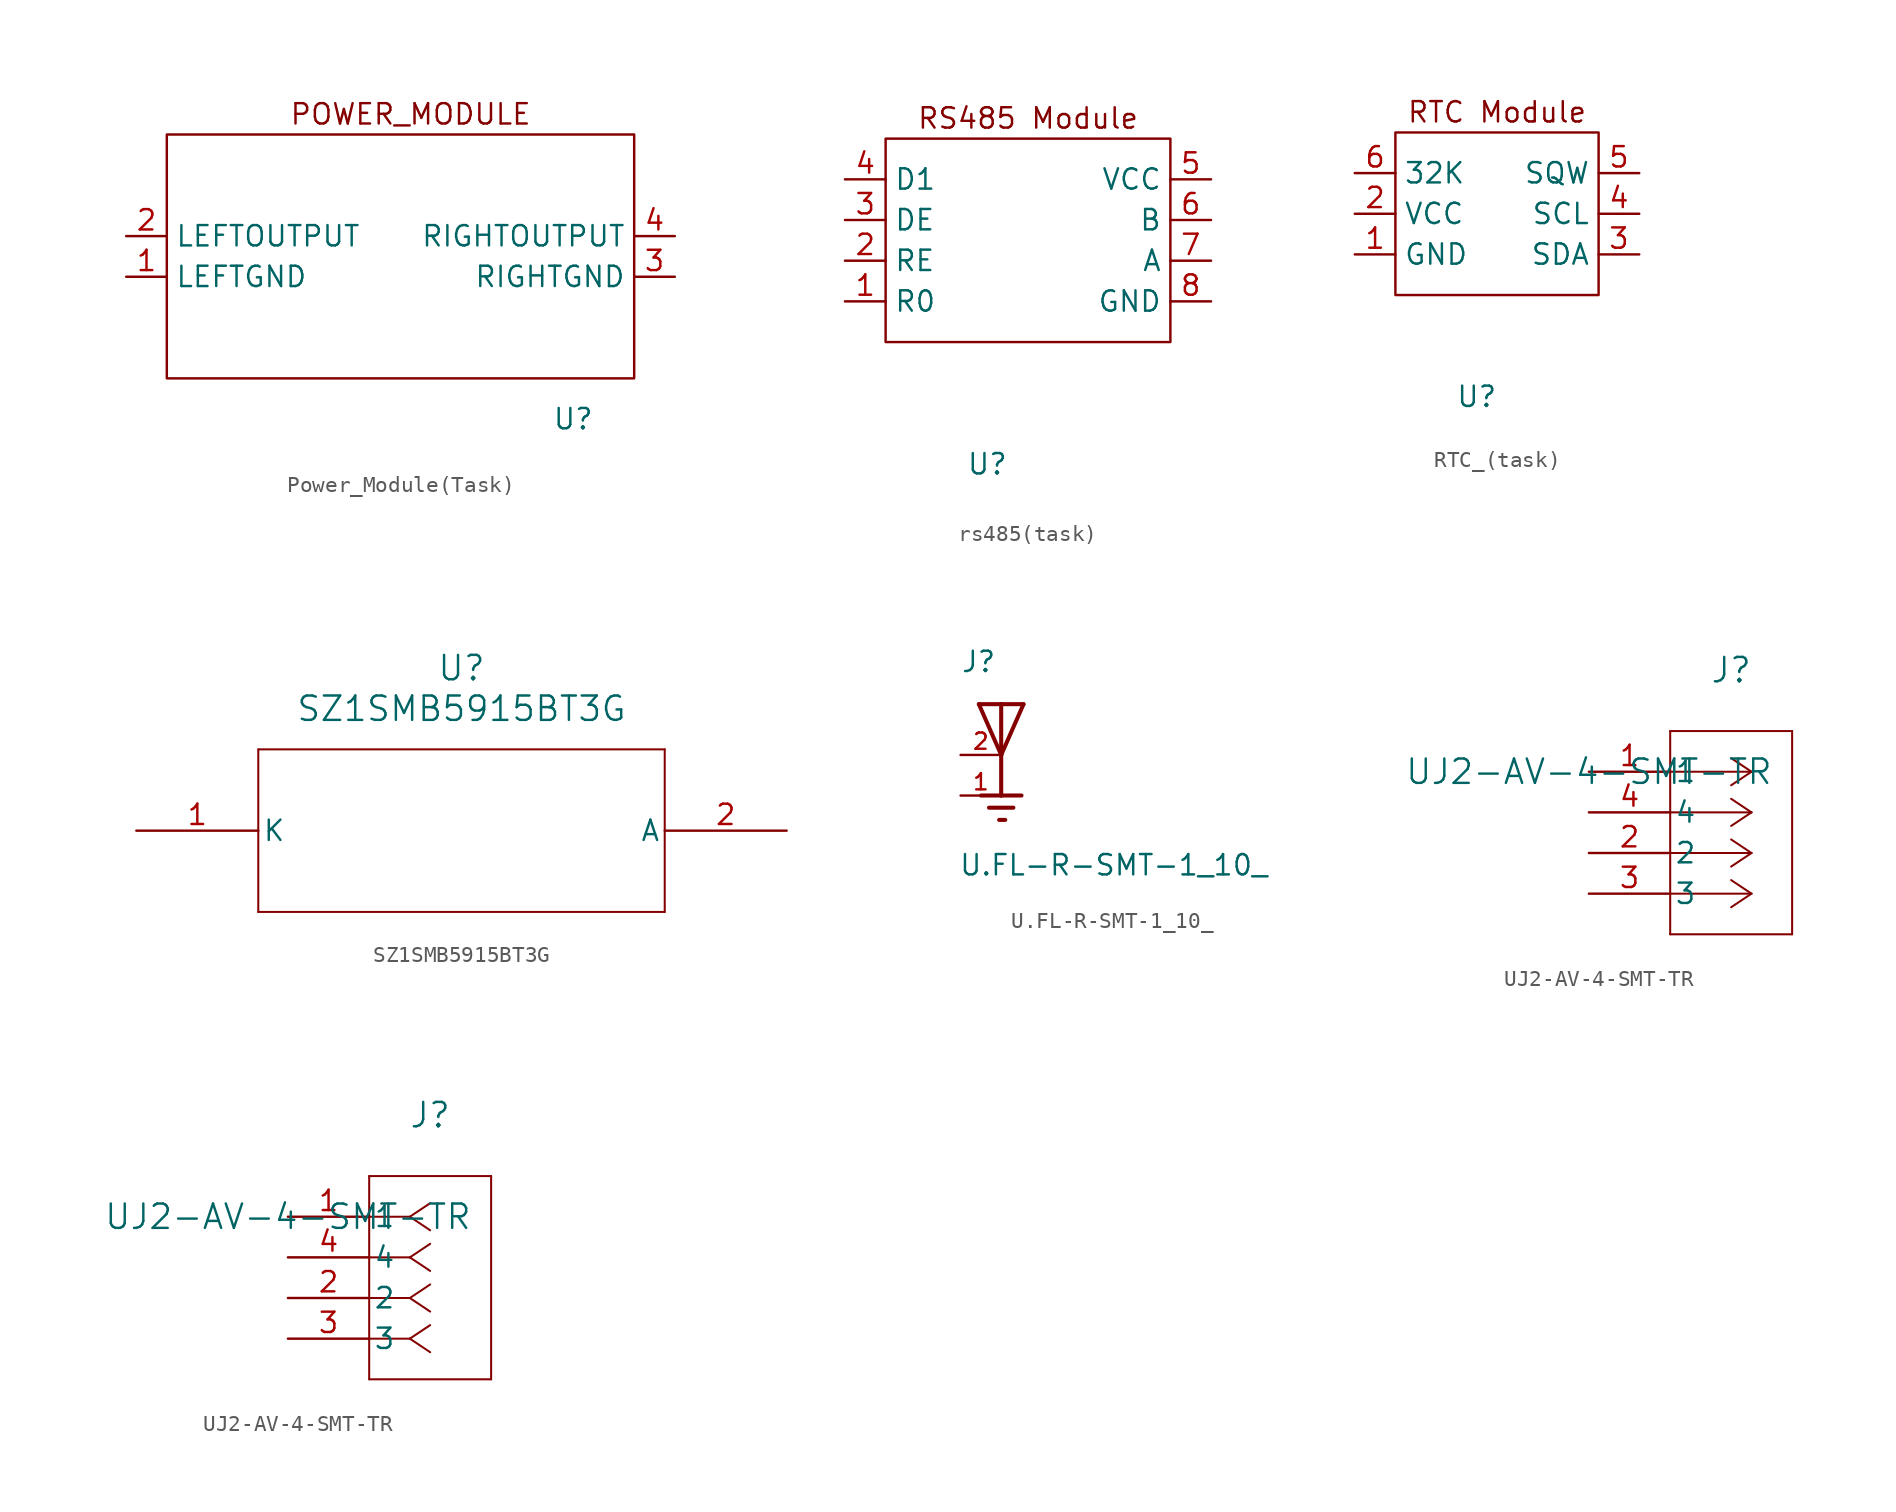
<source format=kicad_sym>
(kicad_symbol_lib
  (version 20220914)
  (generator kicad_symbol_editor)
  (symbol "Power_Module(Task)"
    (property "Reference" "U"
      (at 0 0 0)
      (effects (font (size 1.27 1.27))))
    (property "Value" ""
      (at 0 0 0)
      (effects (font (size 1.27 1.27))))
    (symbol "Power_Module(Task)_0_1"
      (rectangle (start -25.4 17.78) (end 3.81 2.54) (stroke (width 0) (type default)) (fill (type none))))
    (symbol "Power_Module(Task)_1_1"
      (text "POWER_MODULE" (at -10.16 19.05 0) (effects (font (size 1.27 1.27))))
      (pin output line (at -27.94 8.89 0) (length 2.54) (name "LEFTGND" (effects (font (size 1.27 1.27)))) (number "1" (effects (font (size 1.27 1.27)))))
      (pin output line (at -27.94 11.43 0) (length 2.54) (name "LEFTOUTPUT" (effects (font (size 1.27 1.27)))) (number "2" (effects (font (size 1.27 1.27)))))
      (pin output line (at 6.35 8.89 180) (length 2.54) (name "RIGHTGND" (effects (font (size 1.27 1.27)))) (number "3" (effects (font (size 1.27 1.27)))))
      (pin output line (at 6.35 11.43 180) (length 2.54) (name "RIGHTOUTPUT" (effects (font (size 1.27 1.27)))) (number "4" (effects (font (size 1.27 1.27)))))))
  (symbol "rs485(task)"
    (property "Reference" "U"
      (at 0 0 0)
      (effects (font (size 1.27 1.27))))
    (property "Value" ""
      (at 0 0 0)
      (effects (font (size 1.27 1.27))))
    (symbol "rs485(task)_0_1"
      (rectangle (start -6.35 20.32) (end 11.43 7.62) (stroke (width 0) (type default)) (fill (type none))))
    (symbol "rs485(task)_1_1"
      (text "RS485 Module" (at 2.54 21.59 0) (effects (font (size 1.27 1.27))))
      (pin output line (at -8.89 10.16 0) (length 2.54) (name "R0" (effects (font (size 1.27 1.27)))) (number "1" (effects (font (size 1.27 1.27)))))
      (pin input line (at -8.89 12.7 0) (length 2.54) (name "RE" (effects (font (size 1.27 1.27)))) (number "2" (effects (font (size 1.27 1.27)))))
      (pin input line (at -8.89 15.24 0) (length 2.54) (name "DE" (effects (font (size 1.27 1.27)))) (number "3" (effects (font (size 1.27 1.27)))))
      (pin input line (at -8.89 17.78 0) (length 2.54) (name "D1" (effects (font (size 1.27 1.27)))) (number "4" (effects (font (size 1.27 1.27)))))
      (pin input line (at 13.97 17.78 180) (length 2.54) (name "VCC" (effects (font (size 1.27 1.27)))) (number "5" (effects (font (size 1.27 1.27)))))
      (pin bidirectional line (at 13.97 15.24 180) (length 2.54) (name "B" (effects (font (size 1.27 1.27)))) (number "6" (effects (font (size 1.27 1.27)))))
      (pin bidirectional line (at 13.97 12.7 180) (length 2.54) (name "A" (effects (font (size 1.27 1.27)))) (number "7" (effects (font (size 1.27 1.27)))))
      (pin input line (at 13.97 10.16 180) (length 2.54) (name "GND" (effects (font (size 1.27 1.27)))) (number "8" (effects (font (size 1.27 1.27)))))))
  (symbol "RTC_(task)"
    (property "Reference" "U"
      (at 0 0 0)
      (effects (font (size 1.27 1.27))))
    (property "Value" ""
      (at 0 0 0)
      (effects (font (size 1.27 1.27))))
    (symbol "RTC_(task)_0_1"
      (rectangle (start -5.08 16.51) (end 7.62 6.35) (stroke (width 0) (type default)) (fill (type none))))
    (symbol "RTC_(task)_1_1"
      (text "RTC Module" (at 1.27 17.78 0) (effects (font (size 1.27 1.27))))
      (pin input line (at -7.62 8.89 0) (length 2.54) (name "GND" (effects (font (size 1.27 1.27)))) (number "1" (effects (font (size 1.27 1.27)))))
      (pin input line (at -7.62 11.43 0) (length 2.54) (name "VCC" (effects (font (size 1.27 1.27)))) (number "2" (effects (font (size 1.27 1.27)))))
      (pin input line (at 10.16 8.89 180) (length 2.54) (name "SDA" (effects (font (size 1.27 1.27)))) (number "3" (effects (font (size 1.27 1.27)))))
      (pin input line (at 10.16 11.43 180) (length 2.54) (name "SCL" (effects (font (size 1.27 1.27)))) (number "4" (effects (font (size 1.27 1.27)))))
      (pin output line (at 10.16 13.97 180) (length 2.54) (name "SQW" (effects (font (size 1.27 1.27)))) (number "5" (effects (font (size 1.27 1.27)))))
      (pin output line (at -7.62 13.97 0) (length 2.54) (name "32K" (effects (font (size 1.27 1.27)))) (number "6" (effects (font (size 1.27 1.27)))))))
  (symbol "SZ1SMB5915BT3G"
    (pin_names
      (offset 0.254))
    (property "Reference" "U"
      (at 20.32 10.16 0)
      (effects (font (size 1.524 1.524))))
    (property "Value" "SZ1SMB5915BT3G"
      (at 20.32 7.62 0)
      (effects (font (size 1.524 1.524))))
    (property "ki_locked" ""
      (at 0 0 0)
      (effects (font (size 1.27 1.27))))
    (symbol "SZ1SMB5915BT3G_0_1"
      (polyline (pts (xy 7.62 -5.08) (xy 33.02 -5.08)) (stroke (width 0.127) (type default)) (fill (type none)))
      (polyline (pts (xy 7.62 5.08) (xy 7.62 -5.08)) (stroke (width 0.127) (type default)) (fill (type none)))
      (polyline (pts (xy 33.02 -5.08) (xy 33.02 5.08)) (stroke (width 0.127) (type default)) (fill (type none)))
      (polyline (pts (xy 33.02 5.08) (xy 7.62 5.08)) (stroke (width 0.127) (type default)) (fill (type none)))
      (pin unspecified line (at 0 0 0) (length 7.62) (name "K" (effects (font (size 1.27 1.27)))) (number "1" (effects (font (size 1.27 1.27)))))
      (pin unspecified line (at 40.64 0 180) (length 7.62) (name "A" (effects (font (size 1.27 1.27)))) (number "2" (effects (font (size 1.27 1.27)))))))
  (symbol "U.FL-R-SMT-1_10_"
    (pin_names
      (offset 1.016))
    (property "Reference" "J"
      (at -2.541 5.087 0)
      (effects (font (size 1.27 1.27)) (justify left bottom)))
    (property "Value" "U.FL-R-SMT-1_10_"
      (at -2.668 -7.635 0)
      (effects (font (size 1.27 1.27)) (justify left bottom)))
    (symbol "U.FL-R-SMT-1_10__0_0"
      (polyline (pts (xy -1.397 3.175) (xy 0 3.175)) (stroke (width 0.254) (type default)) (fill (type none)))
      (polyline (pts (xy -0.762 -3.302) (xy 0.762 -3.302)) (stroke (width 0.254) (type default)) (fill (type none)))
      (polyline (pts (xy -0.127 -4.064) (xy 0.254 -4.064)) (stroke (width 0.254) (type default)) (fill (type none)))
      (polyline (pts (xy 0 -2.54) (xy -1.27 -2.54)) (stroke (width 0.254) (type default)) (fill (type none)))
      (polyline (pts (xy 0 -2.54) (xy 1.27 -2.54)) (stroke (width 0.254) (type default)) (fill (type none)))
      (polyline (pts (xy 0 0) (xy -1.397 3.175)) (stroke (width 0.254) (type default)) (fill (type none)))
      (polyline (pts (xy 0 0) (xy 0 -2.54)) (stroke (width 0.254) (type default)) (fill (type none)))
      (polyline (pts (xy 0 3.175) (xy 0 0)) (stroke (width 0.254) (type default)) (fill (type none)))
      (polyline (pts (xy 0 3.175) (xy 1.397 3.175)) (stroke (width 0.254) (type default)) (fill (type none)))
      (polyline (pts (xy 1.397 3.175) (xy 0 0)) (stroke (width 0.254) (type default)) (fill (type none)))
      (pin passive line (at -2.54 -2.54 0) (length 2.54) (name "~" (effects (font (size 1.016 1.016)))) (number "1" (effects (font (size 1.016 1.016)))))
      (pin passive line (at -2.54 0 0) (length 2.54) (name "~" (effects (font (size 1.016 1.016)))) (number "2" (effects (font (size 1.016 1.016)))))))
  (symbol "UJ2-AV-4-SMT-TR"
    (pin_names
      (offset 0.254))
    (property "Reference" "J"
      (at 8.89 6.35 0)
      (effects (font (size 1.524 1.524))))
    (property "Value" "UJ2-AV-4-SMT-TR"
      (at 0 0 0)
      (effects (font (size 1.524 1.524))))
    (property "ki_locked" ""
      (at 0 0 0)
      (effects (font (size 1.27 1.27))))
    (symbol "UJ2-AV-4-SMT-TR_1_1"
      (polyline (pts (xy 5.08 -10.16) (xy 12.7 -10.16)) (stroke (width 0.127) (type default)) (fill (type none)))
      (polyline (pts (xy 5.08 2.54) (xy 5.08 -10.16)) (stroke (width 0.127) (type default)) (fill (type none)))
      (polyline (pts (xy 10.16 -7.62) (xy 5.08 -7.62)) (stroke (width 0.127) (type default)) (fill (type none)))
      (polyline (pts (xy 10.16 -7.62) (xy 8.89 -8.467)) (stroke (width 0.127) (type default)) (fill (type none)))
      (polyline (pts (xy 10.16 -7.62) (xy 8.89 -6.773)) (stroke (width 0.127) (type default)) (fill (type none)))
      (polyline (pts (xy 10.16 -5.08) (xy 5.08 -5.08)) (stroke (width 0.127) (type default)) (fill (type none)))
      (polyline (pts (xy 10.16 -5.08) (xy 8.89 -5.927)) (stroke (width 0.127) (type default)) (fill (type none)))
      (polyline (pts (xy 10.16 -5.08) (xy 8.89 -4.233)) (stroke (width 0.127) (type default)) (fill (type none)))
      (polyline (pts (xy 10.16 -2.54) (xy 5.08 -2.54)) (stroke (width 0.127) (type default)) (fill (type none)))
      (polyline (pts (xy 10.16 -2.54) (xy 8.89 -3.387)) (stroke (width 0.127) (type default)) (fill (type none)))
      (polyline (pts (xy 10.16 -2.54) (xy 8.89 -1.693)) (stroke (width 0.127) (type default)) (fill (type none)))
      (polyline (pts (xy 10.16 0) (xy 5.08 0)) (stroke (width 0.127) (type default)) (fill (type none)))
      (polyline (pts (xy 10.16 0) (xy 8.89 -0.847)) (stroke (width 0.127) (type default)) (fill (type none)))
      (polyline (pts (xy 10.16 0) (xy 8.89 0.847)) (stroke (width 0.127) (type default)) (fill (type none)))
      (polyline (pts (xy 12.7 -10.16) (xy 12.7 2.54)) (stroke (width 0.127) (type default)) (fill (type none)))
      (polyline (pts (xy 12.7 2.54) (xy 5.08 2.54)) (stroke (width 0.127) (type default)) (fill (type none)))
      (pin unspecified line (at 0 0 0) (length 5.08) (name "1" (effects (font (size 1.27 1.27)))) (number "1" (effects (font (size 1.27 1.27)))))
      (pin unspecified line (at 0 -5.08 0) (length 5.08) (name "2" (effects (font (size 1.27 1.27)))) (number "2" (effects (font (size 1.27 1.27)))))
      (pin unspecified line (at 0 -7.62 0) (length 5.08) (name "3" (effects (font (size 1.27 1.27)))) (number "3" (effects (font (size 1.27 1.27)))))
      (pin unspecified line (at 0 -2.54 0) (length 5.08) (name "4" (effects (font (size 1.27 1.27)))) (number "4" (effects (font (size 1.27 1.27))))))
    (symbol "UJ2-AV-4-SMT-TR_1_2"
      (polyline (pts (xy 5.08 -10.16) (xy 12.7 -10.16)) (stroke (width 0.127) (type default)) (fill (type none)))
      (polyline (pts (xy 5.08 2.54) (xy 5.08 -10.16)) (stroke (width 0.127) (type default)) (fill (type none)))
      (polyline (pts (xy 7.62 -7.62) (xy 5.08 -7.62)) (stroke (width 0.127) (type default)) (fill (type none)))
      (polyline (pts (xy 7.62 -7.62) (xy 8.89 -8.467)) (stroke (width 0.127) (type default)) (fill (type none)))
      (polyline (pts (xy 7.62 -7.62) (xy 8.89 -6.773)) (stroke (width 0.127) (type default)) (fill (type none)))
      (polyline (pts (xy 7.62 -5.08) (xy 5.08 -5.08)) (stroke (width 0.127) (type default)) (fill (type none)))
      (polyline (pts (xy 7.62 -5.08) (xy 8.89 -5.927)) (stroke (width 0.127) (type default)) (fill (type none)))
      (polyline (pts (xy 7.62 -5.08) (xy 8.89 -4.233)) (stroke (width 0.127) (type default)) (fill (type none)))
      (polyline (pts (xy 7.62 -2.54) (xy 5.08 -2.54)) (stroke (width 0.127) (type default)) (fill (type none)))
      (polyline (pts (xy 7.62 -2.54) (xy 8.89 -3.387)) (stroke (width 0.127) (type default)) (fill (type none)))
      (polyline (pts (xy 7.62 -2.54) (xy 8.89 -1.693)) (stroke (width 0.127) (type default)) (fill (type none)))
      (polyline (pts (xy 7.62 0) (xy 5.08 0)) (stroke (width 0.127) (type default)) (fill (type none)))
      (polyline (pts (xy 7.62 0) (xy 8.89 -0.847)) (stroke (width 0.127) (type default)) (fill (type none)))
      (polyline (pts (xy 7.62 0) (xy 8.89 0.847)) (stroke (width 0.127) (type default)) (fill (type none)))
      (polyline (pts (xy 12.7 -10.16) (xy 12.7 2.54)) (stroke (width 0.127) (type default)) (fill (type none)))
      (polyline (pts (xy 12.7 2.54) (xy 5.08 2.54)) (stroke (width 0.127) (type default)) (fill (type none)))
      (pin unspecified line (at 0 0 0) (length 5.08) (name "1" (effects (font (size 1.27 1.27)))) (number "1" (effects (font (size 1.27 1.27)))))
      (pin unspecified line (at 0 -5.08 0) (length 5.08) (name "2" (effects (font (size 1.27 1.27)))) (number "2" (effects (font (size 1.27 1.27)))))
      (pin unspecified line (at 0 -7.62 0) (length 5.08) (name "3" (effects (font (size 1.27 1.27)))) (number "3" (effects (font (size 1.27 1.27)))))
      (pin unspecified line (at 0 -2.54 0) (length 5.08) (name "4" (effects (font (size 1.27 1.27)))) (number "4" (effects (font (size 1.27 1.27))))))))
</source>
